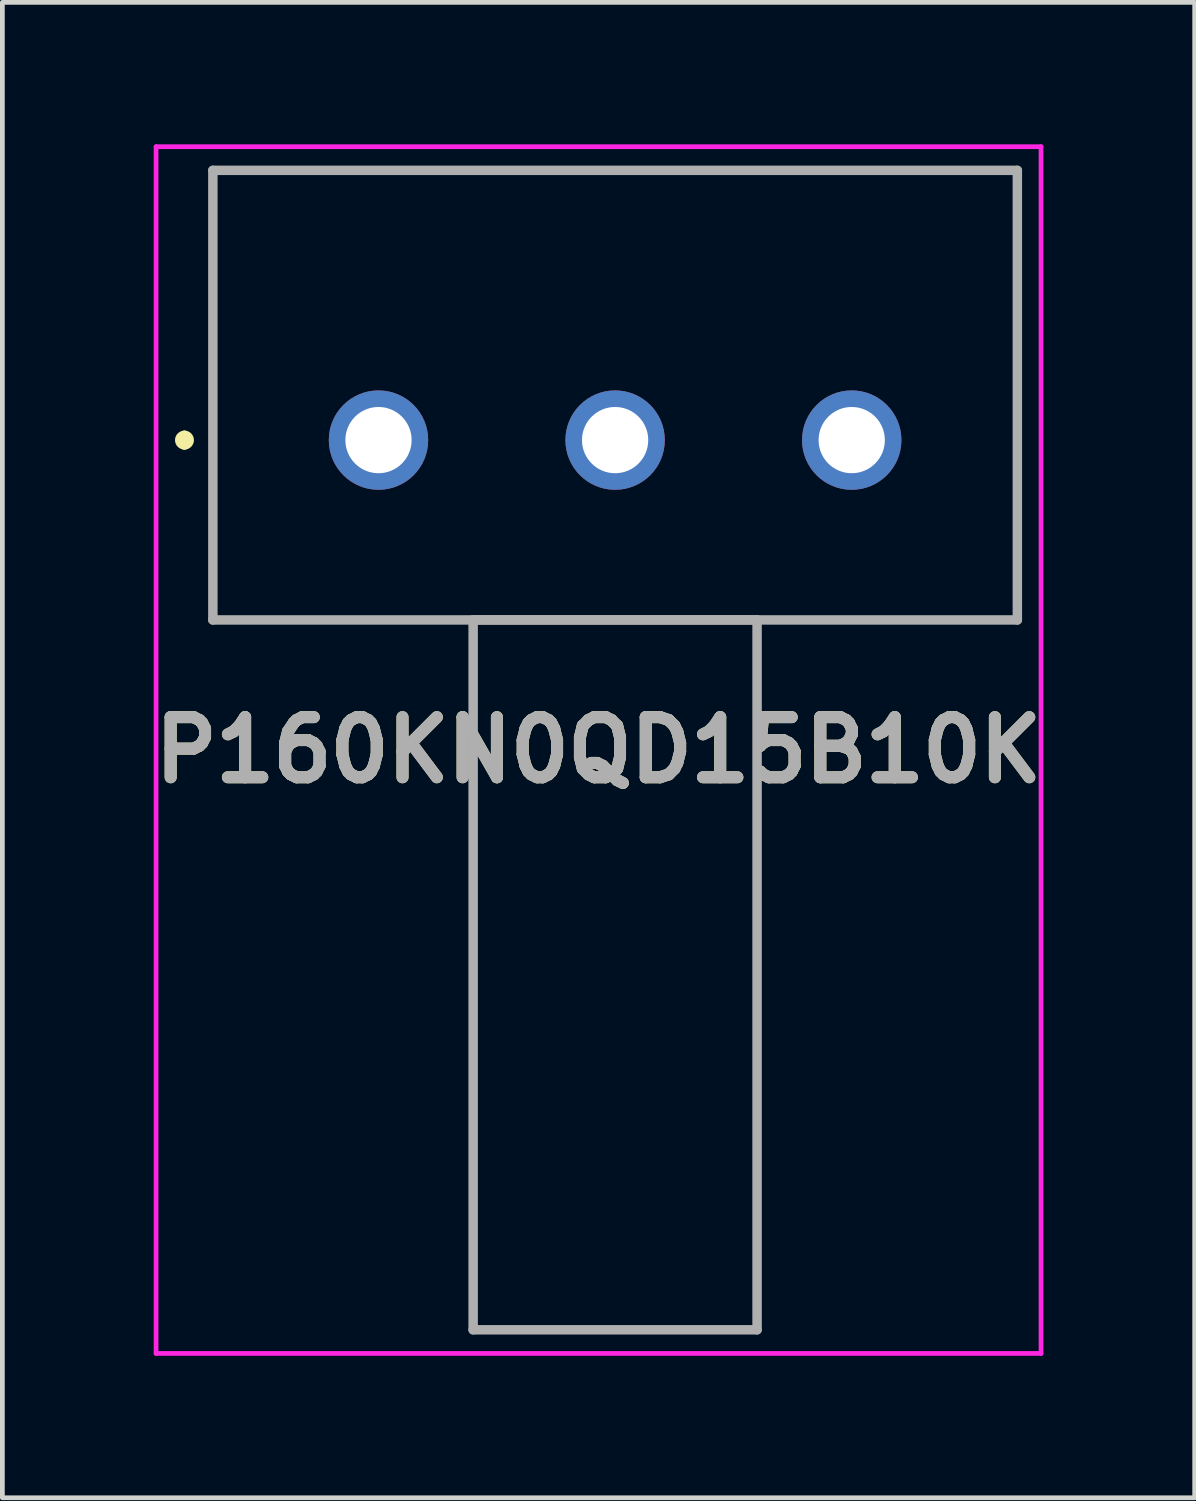
<source format=kicad_pcb>
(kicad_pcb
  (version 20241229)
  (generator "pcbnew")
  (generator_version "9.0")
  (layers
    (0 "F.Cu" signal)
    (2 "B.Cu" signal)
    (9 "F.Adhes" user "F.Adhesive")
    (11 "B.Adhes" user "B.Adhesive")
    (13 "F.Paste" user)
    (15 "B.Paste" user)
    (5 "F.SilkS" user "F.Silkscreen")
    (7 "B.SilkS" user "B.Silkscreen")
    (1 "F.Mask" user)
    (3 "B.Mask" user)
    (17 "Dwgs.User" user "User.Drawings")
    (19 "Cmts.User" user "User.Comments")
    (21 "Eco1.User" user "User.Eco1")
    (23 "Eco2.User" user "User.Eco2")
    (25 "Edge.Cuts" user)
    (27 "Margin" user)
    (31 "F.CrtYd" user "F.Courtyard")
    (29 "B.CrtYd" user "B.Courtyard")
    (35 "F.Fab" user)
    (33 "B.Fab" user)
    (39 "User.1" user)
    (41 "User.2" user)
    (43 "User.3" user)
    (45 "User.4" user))
  (footprint "P160KN0QD15B10K"
    (layer "F.Cu")
    (at 4.948 6.25)
    (property "Reference" "P160KN0QD15B10K" (at 4.65 6.55 0) (layer "F.SilkS") (effects (font (size 1.27 1.27) (thickness 0.254))))
    (attr through_hole)
    (fp_line (start -4.1 -0.1) (end -4.1 -0.1) (stroke (width 0.2) (type solid)) (layer "F.SilkS"))
    (fp_line (start -4.1 0.1) (end -4.1 0.1) (stroke (width 0.2) (type solid)) (layer "F.SilkS"))
    (fp_line (start -3.5 -5.7) (end 13.5 -5.7) (stroke (width 0.1) (type solid)) (layer "F.SilkS"))
    (fp_line (start -3.5 3.8) (end -3.5 -5.7) (stroke (width 0.1) (type solid)) (layer "F.SilkS"))
    (fp_line (start 13.5 -5.7) (end 13.5 3.8) (stroke (width 0.1) (type solid)) (layer "F.SilkS"))
    (fp_line (start 13.5 3.8) (end -3.5 3.8) (stroke (width 0.1) (type solid)) (layer "F.SilkS"))
    (fp_arc (start -4.1 -0.1) (mid -4 0) (end -4.1 0.1) (stroke (width 0.2) (type solid)) (layer "F.SilkS"))
    (fp_arc (start -4.1 0.1) (mid -4.2 0) (end -4.1 -0.1) (stroke (width 0.2) (type solid)) (layer "F.SilkS"))
    (fp_line (start -4.7 -6.2) (end 14 -6.2) (stroke (width 0.1) (type solid)) (layer "F.CrtYd"))
    (fp_line (start -4.7 19.3) (end -4.7 -6.2) (stroke (width 0.1) (type solid)) (layer "F.CrtYd"))
    (fp_line (start 14 -6.2) (end 14 19.3) (stroke (width 0.1) (type solid)) (layer "F.CrtYd"))
    (fp_line (start 14 19.3) (end -4.7 19.3) (stroke (width 0.1) (type solid)) (layer "F.CrtYd"))
    (fp_line (start -3.5 -5.7) (end 13.5 -5.7) (stroke (width 0.2) (type solid)) (layer "F.Fab"))
    (fp_line (start -3.5 3.8) (end -3.5 -5.7) (stroke (width 0.2) (type solid)) (layer "F.Fab"))
    (fp_line (start 2 3.8) (end 8 3.8) (stroke (width 0.2) (type solid)) (layer "F.Fab"))
    (fp_line (start 2 18.8) (end 2 3.8) (stroke (width 0.2) (type solid)) (layer "F.Fab"))
    (fp_line (start 8 3.8) (end 8 18.8) (stroke (width 0.2) (type solid)) (layer "F.Fab"))
    (fp_line (start 8 18.8) (end 2 18.8) (stroke (width 0.2) (type solid)) (layer "F.Fab"))
    (fp_line (start 13.5 -5.7) (end 13.5 3.8) (stroke (width 0.2) (type solid)) (layer "F.Fab"))
    (fp_line (start 13.5 3.8) (end -3.5 3.8) (stroke (width 0.2) (type solid)) (layer "F.Fab"))
    (fp_text user "${REFERENCE}" (at 4.65 6.55 0) (layer "F.Fab") (effects (font (size 1.27 1.27) (thickness 0.254))))
    (pad "1" thru_hole circle (at 0 0) (size 2.1 2.1) (drill 1.4) (layers "*.Cu" "*.Mask"))
    (pad "2" thru_hole circle (at 5 0) (size 2.1 2.1) (drill 1.4) (layers "*.Cu" "*.Mask"))
    (pad "3" thru_hole circle (at 10 0) (size 2.1 2.1) (drill 1.4) (layers "*.Cu" "*.Mask")))
  (gr_rect
    (start -3 -3)
    (end 22.195 28.6)
    (stroke (width 0.1) (type default))
    (fill no)
    (layer "Edge.Cuts")))
</source>
